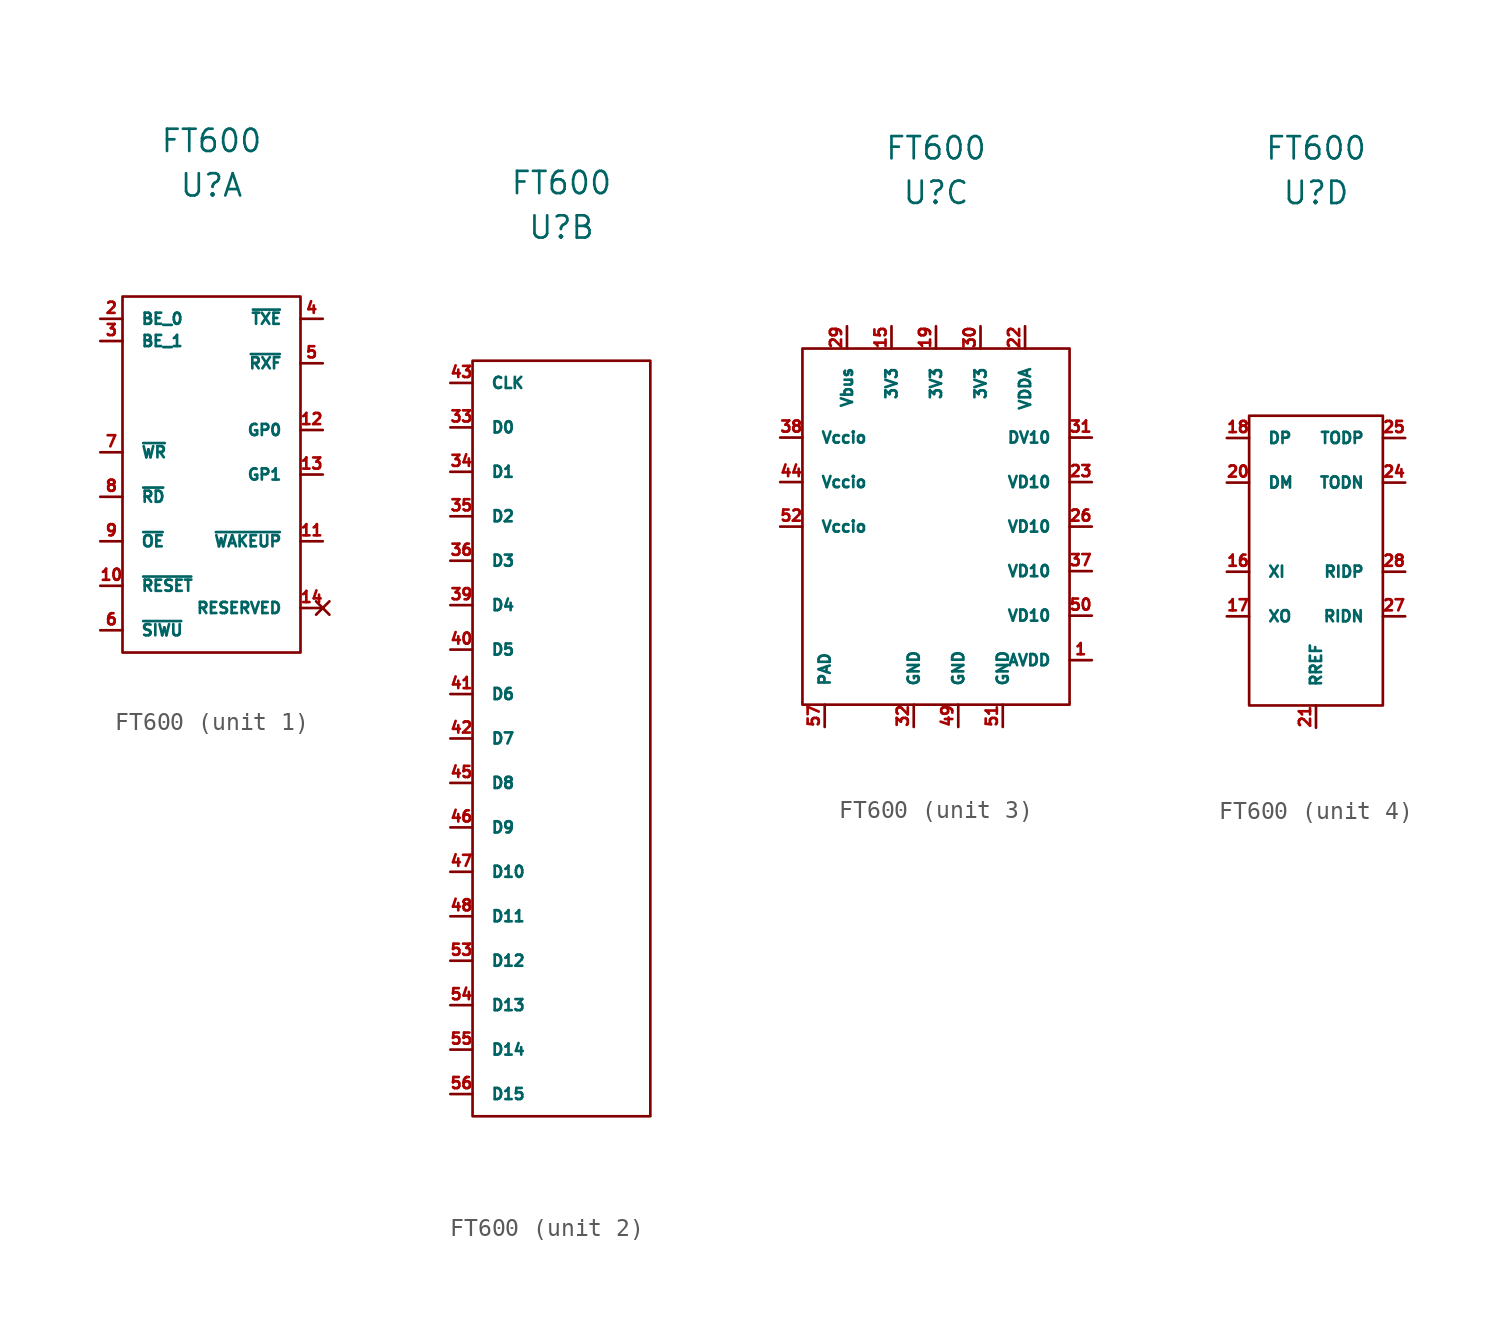
<source format=kicad_sym>
(kicad_symbol_lib
  (version 20220914)
  (generator kicad_symbol_editor)
  (symbol "FT600"
    (pin_names
      (offset 1.016))
    (property "Reference" "U"
      (at 0 19.05 0)
      (effects (font (size 1.27 1.27))))
    (property "Value" "FT600"
      (at 0 21.59 0)
      (effects (font (size 1.27 1.27))))
    (property "ki_locked" ""
      (at 0 0 0)
      (effects (font (size 1.27 1.27))))
    (symbol "FT600_1_1"
      (rectangle (start -5.08 12.7) (end 5.08 -7.62) (stroke (width 0) (type solid)) (fill (type none)))
      (pin input line (at -6.35 -3.81 0) (length 1.27) (name "~{RESET}" (effects (font (size 0.635 0.635)))) (number "10" (effects (font (size 0.635 0.635)))))
      (pin bidirectional line (at 6.35 -1.27 180) (length 1.27) (name "~{WAKEUP}" (effects (font (size 0.635 0.635)))) (number "11" (effects (font (size 0.635 0.635)))))
      (pin bidirectional line (at 6.35 5.08 180) (length 1.27) (name "GP0" (effects (font (size 0.635 0.635)))) (number "12" (effects (font (size 0.635 0.635)))))
      (pin bidirectional line (at 6.35 2.54 180) (length 1.27) (name "GP1" (effects (font (size 0.635 0.635)))) (number "13" (effects (font (size 0.635 0.635)))))
      (pin no_connect line (at 6.35 -5.08 180) (length 1.27) (name "RESERVED" (effects (font (size 0.635 0.635)))) (number "14" (effects (font (size 0.635 0.635)))))
      (pin input line (at -6.35 11.43 0) (length 1.27) (name "BE_0" (effects (font (size 0.635 0.635)))) (number "2" (effects (font (size 0.635 0.635)))))
      (pin input line (at -6.35 10.16 0) (length 1.27) (name "BE_1" (effects (font (size 0.635 0.635)))) (number "3" (effects (font (size 0.635 0.635)))))
      (pin output line (at 6.35 11.43 180) (length 1.27) (name "~{TXE}" (effects (font (size 0.635 0.635)))) (number "4" (effects (font (size 0.635 0.635)))))
      (pin output line (at 6.35 8.89 180) (length 1.27) (name "~{RXF}" (effects (font (size 0.635 0.635)))) (number "5" (effects (font (size 0.635 0.635)))))
      (pin input line (at -6.35 -6.35 0) (length 1.27) (name "~{SIWU}" (effects (font (size 0.635 0.635)))) (number "6" (effects (font (size 0.635 0.635)))))
      (pin input line (at -6.35 3.81 0) (length 1.27) (name "~{WR}" (effects (font (size 0.635 0.635)))) (number "7" (effects (font (size 0.635 0.635)))))
      (pin input line (at -6.35 1.27 0) (length 1.27) (name "~{RD}" (effects (font (size 0.635 0.635)))) (number "8" (effects (font (size 0.635 0.635)))))
      (pin input line (at -6.35 -1.27 0) (length 1.27) (name "~{OE}" (effects (font (size 0.635 0.635)))) (number "9" (effects (font (size 0.635 0.635))))))
    (symbol "FT600_2_1"
      (rectangle (start -5.08 11.43) (end 5.08 -31.75) (stroke (width 0) (type solid)) (fill (type none)))
      (pin bidirectional line (at -6.35 7.62 0) (length 1.27) (name "D0" (effects (font (size 0.635 0.635)))) (number "33" (effects (font (size 0.635 0.635)))))
      (pin bidirectional line (at -6.35 5.08 0) (length 1.27) (name "D1" (effects (font (size 0.635 0.635)))) (number "34" (effects (font (size 0.635 0.635)))))
      (pin bidirectional line (at -6.35 2.54 0) (length 1.27) (name "D2" (effects (font (size 0.635 0.635)))) (number "35" (effects (font (size 0.635 0.635)))))
      (pin bidirectional line (at -6.35 0 0) (length 1.27) (name "D3" (effects (font (size 0.635 0.635)))) (number "36" (effects (font (size 0.635 0.635)))))
      (pin bidirectional line (at -6.35 -2.54 0) (length 1.27) (name "D4" (effects (font (size 0.635 0.635)))) (number "39" (effects (font (size 0.635 0.635)))))
      (pin bidirectional line (at -6.35 -5.08 0) (length 1.27) (name "D5" (effects (font (size 0.635 0.635)))) (number "40" (effects (font (size 0.635 0.635)))))
      (pin bidirectional line (at -6.35 -7.62 0) (length 1.27) (name "D6" (effects (font (size 0.635 0.635)))) (number "41" (effects (font (size 0.635 0.635)))))
      (pin bidirectional line (at -6.35 -10.16 0) (length 1.27) (name "D7" (effects (font (size 0.635 0.635)))) (number "42" (effects (font (size 0.635 0.635)))))
      (pin output line (at -6.35 10.16 0) (length 1.27) (name "CLK" (effects (font (size 0.635 0.635)))) (number "43" (effects (font (size 0.635 0.635)))))
      (pin bidirectional line (at -6.35 -12.7 0) (length 1.27) (name "D8" (effects (font (size 0.635 0.635)))) (number "45" (effects (font (size 0.635 0.635)))))
      (pin bidirectional line (at -6.35 -15.24 0) (length 1.27) (name "D9" (effects (font (size 0.635 0.635)))) (number "46" (effects (font (size 0.635 0.635)))))
      (pin bidirectional line (at -6.35 -17.78 0) (length 1.27) (name "D10" (effects (font (size 0.635 0.635)))) (number "47" (effects (font (size 0.635 0.635)))))
      (pin bidirectional line (at -6.35 -20.32 0) (length 1.27) (name "D11" (effects (font (size 0.635 0.635)))) (number "48" (effects (font (size 0.635 0.635)))))
      (pin bidirectional line (at -6.35 -22.86 0) (length 1.27) (name "D12" (effects (font (size 0.635 0.635)))) (number "53" (effects (font (size 0.635 0.635)))))
      (pin bidirectional line (at -6.35 -25.4 0) (length 1.27) (name "D13" (effects (font (size 0.635 0.635)))) (number "54" (effects (font (size 0.635 0.635)))))
      (pin bidirectional line (at -6.35 -27.94 0) (length 1.27) (name "D14" (effects (font (size 0.635 0.635)))) (number "55" (effects (font (size 0.635 0.635)))))
      (pin bidirectional line (at -6.35 -30.48 0) (length 1.27) (name "D15" (effects (font (size 0.635 0.635)))) (number "56" (effects (font (size 0.635 0.635))))))
    (symbol "FT600_3_1"
      (rectangle (start -7.62 10.16) (end 7.62 -10.16) (stroke (width 0) (type solid)) (fill (type none)))
      (pin power_in line (at 8.89 -7.62 180) (length 1.27) (name "AVDD" (effects (font (size 0.635 0.635)))) (number "1" (effects (font (size 0.635 0.635)))))
      (pin power_in line (at -2.54 11.43 270) (length 1.27) (name "3V3" (effects (font (size 0.635 0.635)))) (number "15" (effects (font (size 0.635 0.635)))))
      (pin power_in line (at 0 11.43 270) (length 1.27) (name "3V3" (effects (font (size 0.635 0.635)))) (number "19" (effects (font (size 0.635 0.635)))))
      (pin power_in line (at 5.08 11.43 270) (length 1.27) (name "VDDA" (effects (font (size 0.635 0.635)))) (number "22" (effects (font (size 0.635 0.635)))))
      (pin power_in line (at 8.89 2.54 180) (length 1.27) (name "VD10" (effects (font (size 0.635 0.635)))) (number "23" (effects (font (size 0.635 0.635)))))
      (pin power_in line (at 8.89 0 180) (length 1.27) (name "VD10" (effects (font (size 0.635 0.635)))) (number "26" (effects (font (size 0.635 0.635)))))
      (pin power_in line (at -5.08 11.43 270) (length 1.27) (name "Vbus" (effects (font (size 0.635 0.635)))) (number "29" (effects (font (size 0.635 0.635)))))
      (pin power_in line (at 2.54 11.43 270) (length 1.27) (name "3V3" (effects (font (size 0.635 0.635)))) (number "30" (effects (font (size 0.635 0.635)))))
      (pin power_out line (at 8.89 5.08 180) (length 1.27) (name "DV10" (effects (font (size 0.635 0.635)))) (number "31" (effects (font (size 0.635 0.635)))))
      (pin power_in line (at -1.27 -11.43 90) (length 1.27) (name "GND" (effects (font (size 0.635 0.635)))) (number "32" (effects (font (size 0.635 0.635)))))
      (pin power_in line (at 8.89 -2.54 180) (length 1.27) (name "VD10" (effects (font (size 0.635 0.635)))) (number "37" (effects (font (size 0.635 0.635)))))
      (pin power_in line (at -8.89 5.08 0) (length 1.27) (name "Vccio" (effects (font (size 0.635 0.635)))) (number "38" (effects (font (size 0.635 0.635)))))
      (pin power_in line (at -8.89 2.54 0) (length 1.27) (name "Vccio" (effects (font (size 0.635 0.635)))) (number "44" (effects (font (size 0.635 0.635)))))
      (pin power_in line (at 1.27 -11.43 90) (length 1.27) (name "GND" (effects (font (size 0.635 0.635)))) (number "49" (effects (font (size 0.635 0.635)))))
      (pin power_in line (at 8.89 -5.08 180) (length 1.27) (name "VD10" (effects (font (size 0.635 0.635)))) (number "50" (effects (font (size 0.635 0.635)))))
      (pin power_in line (at 3.81 -11.43 90) (length 1.27) (name "GND" (effects (font (size 0.635 0.635)))) (number "51" (effects (font (size 0.635 0.635)))))
      (pin power_in line (at -8.89 0 0) (length 1.27) (name "Vccio" (effects (font (size 0.635 0.635)))) (number "52" (effects (font (size 0.635 0.635)))))
      (pin power_in line (at -6.35 -11.43 90) (length 1.27) (name "PAD" (effects (font (size 0.635 0.635)))) (number "57" (effects (font (size 0.635 0.635))))))
    (symbol "FT600_4_1"
      (rectangle (start -3.81 6.35) (end 3.81 -10.16) (stroke (width 0) (type solid)) (fill (type none)))
      (pin input line (at -5.08 -2.54 0) (length 1.27) (name "XI" (effects (font (size 0.635 0.635)))) (number "16" (effects (font (size 0.635 0.635)))))
      (pin output line (at -5.08 -5.08 0) (length 1.27) (name "XO" (effects (font (size 0.635 0.635)))) (number "17" (effects (font (size 0.635 0.635)))))
      (pin bidirectional line (at -5.08 5.08 0) (length 1.27) (name "DP" (effects (font (size 0.635 0.635)))) (number "18" (effects (font (size 0.635 0.635)))))
      (pin bidirectional line (at -5.08 2.54 0) (length 1.27) (name "DM" (effects (font (size 0.635 0.635)))) (number "20" (effects (font (size 0.635 0.635)))))
      (pin input line (at 0 -11.43 90) (length 1.27) (name "RREF" (effects (font (size 0.635 0.635)))) (number "21" (effects (font (size 0.635 0.635)))))
      (pin output line (at 5.08 2.54 180) (length 1.27) (name "TODN" (effects (font (size 0.635 0.635)))) (number "24" (effects (font (size 0.635 0.635)))))
      (pin output line (at 5.08 5.08 180) (length 1.27) (name "TODP" (effects (font (size 0.635 0.635)))) (number "25" (effects (font (size 0.635 0.635)))))
      (pin input line (at 5.08 -5.08 180) (length 1.27) (name "RIDN" (effects (font (size 0.635 0.635)))) (number "27" (effects (font (size 0.635 0.635)))))
      (pin input line (at 5.08 -2.54 180) (length 1.27) (name "RIDP" (effects (font (size 0.635 0.635)))) (number "28" (effects (font (size 0.635 0.635))))))))
</source>
